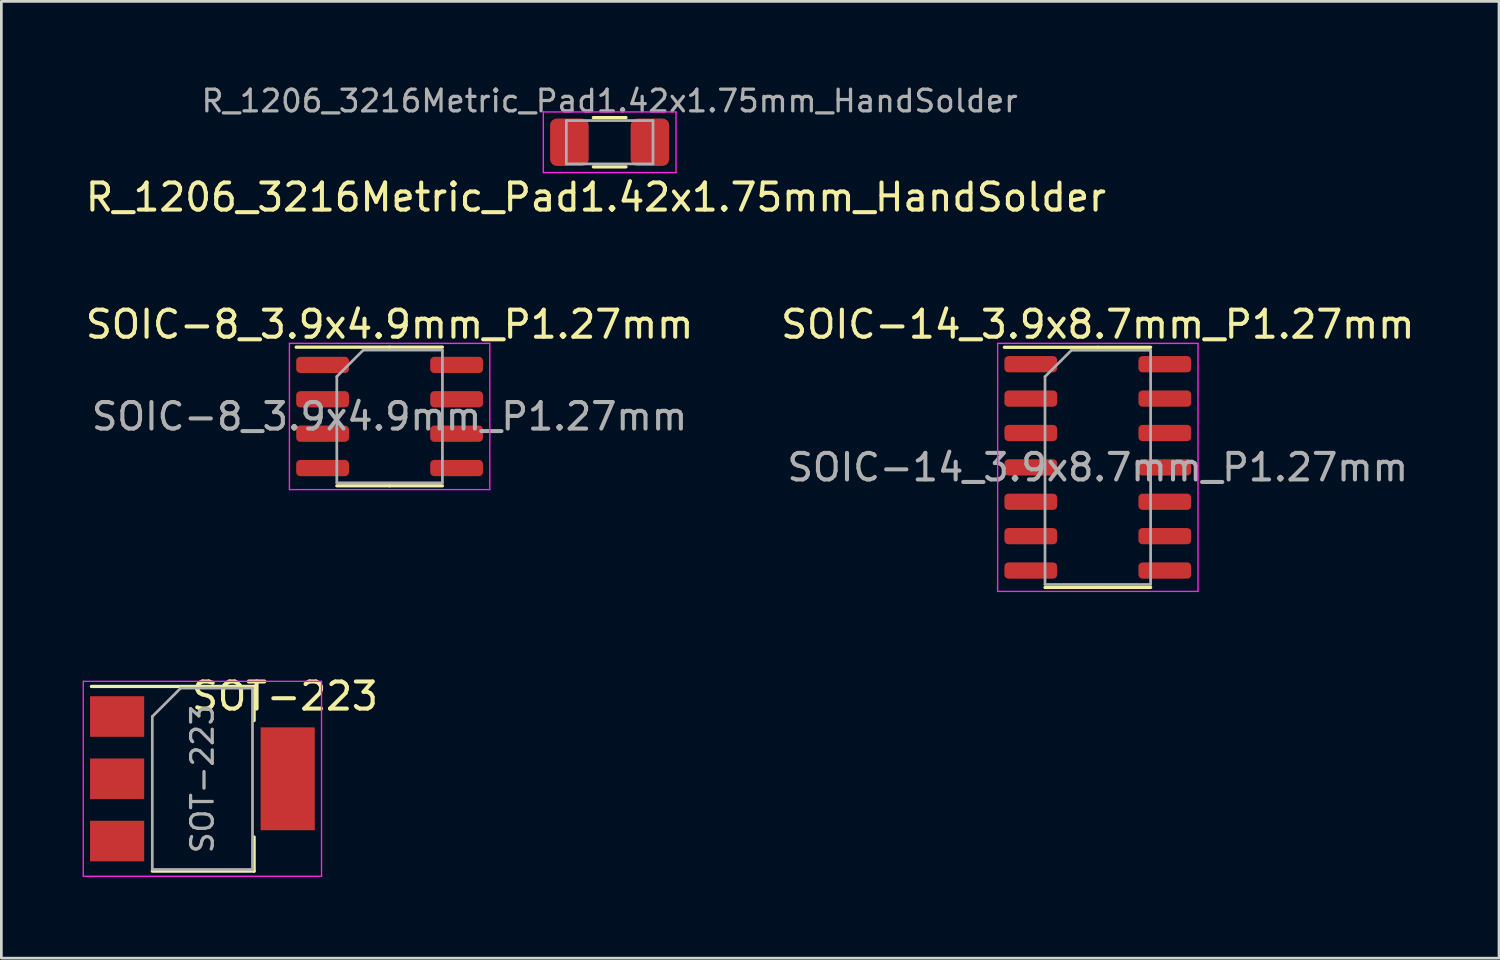
<source format=kicad_pcb>
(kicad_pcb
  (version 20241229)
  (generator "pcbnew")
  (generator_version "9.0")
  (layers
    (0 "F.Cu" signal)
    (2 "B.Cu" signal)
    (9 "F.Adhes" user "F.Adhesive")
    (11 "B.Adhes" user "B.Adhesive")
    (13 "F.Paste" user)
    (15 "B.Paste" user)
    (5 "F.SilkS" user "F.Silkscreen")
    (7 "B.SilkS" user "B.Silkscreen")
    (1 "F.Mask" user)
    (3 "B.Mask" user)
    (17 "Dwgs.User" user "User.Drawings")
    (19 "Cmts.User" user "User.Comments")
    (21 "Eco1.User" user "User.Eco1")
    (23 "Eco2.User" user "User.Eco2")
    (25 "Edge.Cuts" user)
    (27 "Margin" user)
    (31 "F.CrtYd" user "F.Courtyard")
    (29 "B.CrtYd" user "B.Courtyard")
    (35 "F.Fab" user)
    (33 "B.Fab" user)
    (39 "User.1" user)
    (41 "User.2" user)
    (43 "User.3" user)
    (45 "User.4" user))
  (footprint "R_1206_3216Metric_Pad1.42x1.75mm_HandSolder"
    (layer "F.Cu")
    (at 19.466 2.203)
    (property "Reference" "R_1206_3216Metric_Pad1.42x1.75mm_HandSolder" (at -0.508 2.032 180) (layer "F.SilkS") (effects (font (size 1 1) (thickness 0.15))))
    (attr smd)
    (fp_line (start -0.602 -0.91) (end 0.602 -0.91) (stroke (width 0.12) (type solid)) (layer "F.SilkS"))
    (fp_line (start -0.602 0.91) (end 0.602 0.91) (stroke (width 0.12) (type solid)) (layer "F.SilkS"))
    (fp_line (start -2.45 -1.12) (end 2.45 -1.12) (stroke (width 0.05) (type solid)) (layer "F.CrtYd"))
    (fp_line (start -2.45 1.12) (end -2.45 -1.12) (stroke (width 0.05) (type solid)) (layer "F.CrtYd"))
    (fp_line (start 2.45 -1.12) (end 2.45 1.12) (stroke (width 0.05) (type solid)) (layer "F.CrtYd"))
    (fp_line (start 2.45 1.12) (end -2.45 1.12) (stroke (width 0.05) (type solid)) (layer "F.CrtYd"))
    (fp_line (start -1.6 -0.8) (end 1.6 -0.8) (stroke (width 0.1) (type solid)) (layer "F.Fab"))
    (fp_line (start -1.6 0.8) (end -1.6 -0.8) (stroke (width 0.1) (type solid)) (layer "F.Fab"))
    (fp_line (start 1.6 -0.8) (end 1.6 0.8) (stroke (width 0.1) (type solid)) (layer "F.Fab"))
    (fp_line (start 1.6 0.8) (end -1.6 0.8) (stroke (width 0.1) (type solid)) (layer "F.Fab"))
    (fp_text user "${REFERENCE}" (at 0 -1.524 180) (layer "F.Fab") (effects (font (size 0.8 0.8) (thickness 0.12))))
    (pad "1" smd roundrect (at -1.488 0) (size 1.425 1.75) (layers "F.Cu" "F.Mask" "F.Paste") (roundrect_rratio 0.175))
    (pad "2" smd roundrect (at 1.488 0) (size 1.425 1.75) (layers "F.Cu" "F.Mask" "F.Paste") (roundrect_rratio 0.175)))
  (footprint "SOIC-8_3.9x4.9mm_P1.27mm"
    (layer "F.Cu")
    (at 11.339 12.331)
    (property "Reference" "SOIC-8_3.9x4.9mm_P1.27mm" (at 0 -3.4 0) (layer "F.SilkS") (effects (font (size 1 1) (thickness 0.15))))
    (attr smd)
    (fp_line (start 0 -2.56) (end -3.45 -2.56) (stroke (width 0.12) (type solid)) (layer "F.SilkS"))
    (fp_line (start 0 -2.56) (end 1.95 -2.56) (stroke (width 0.12) (type solid)) (layer "F.SilkS"))
    (fp_line (start 0 2.56) (end -1.95 2.56) (stroke (width 0.12) (type solid)) (layer "F.SilkS"))
    (fp_line (start 0 2.56) (end 1.95 2.56) (stroke (width 0.12) (type solid)) (layer "F.SilkS"))
    (fp_line (start -3.7 -2.7) (end -3.7 2.7) (stroke (width 0.05) (type solid)) (layer "F.CrtYd"))
    (fp_line (start -3.7 2.7) (end 3.7 2.7) (stroke (width 0.05) (type solid)) (layer "F.CrtYd"))
    (fp_line (start 3.7 -2.7) (end -3.7 -2.7) (stroke (width 0.05) (type solid)) (layer "F.CrtYd"))
    (fp_line (start 3.7 2.7) (end 3.7 -2.7) (stroke (width 0.05) (type solid)) (layer "F.CrtYd"))
    (fp_line (start -1.95 -1.475) (end -0.975 -2.45) (stroke (width 0.1) (type solid)) (layer "F.Fab"))
    (fp_line (start -1.95 2.45) (end -1.95 -1.475) (stroke (width 0.1) (type solid)) (layer "F.Fab"))
    (fp_line (start -0.975 -2.45) (end 1.95 -2.45) (stroke (width 0.1) (type solid)) (layer "F.Fab"))
    (fp_line (start 1.95 -2.45) (end 1.95 2.45) (stroke (width 0.1) (type solid)) (layer "F.Fab"))
    (fp_line (start 1.95 2.45) (end -1.95 2.45) (stroke (width 0.1) (type solid)) (layer "F.Fab"))
    (fp_text user "${REFERENCE}" (at 0 0 0) (layer "F.Fab") (effects (font (size 0.98 0.98) (thickness 0.15))))
    (pad "1" smd roundrect (at -2.475 -1.905) (size 1.95 0.6) (layers "F.Cu" "F.Mask" "F.Paste") (roundrect_rratio 0.25))
    (pad "2" smd roundrect (at -2.475 -0.635) (size 1.95 0.6) (layers "F.Cu" "F.Mask" "F.Paste") (roundrect_rratio 0.25))
    (pad "3" smd roundrect (at -2.475 0.635) (size 1.95 0.6) (layers "F.Cu" "F.Mask" "F.Paste") (roundrect_rratio 0.25))
    (pad "4" smd roundrect (at -2.475 1.905) (size 1.95 0.6) (layers "F.Cu" "F.Mask" "F.Paste") (roundrect_rratio 0.25))
    (pad "5" smd roundrect (at 2.475 1.905) (size 1.95 0.6) (layers "F.Cu" "F.Mask" "F.Paste") (roundrect_rratio 0.25))
    (pad "6" smd roundrect (at 2.475 0.635) (size 1.95 0.6) (layers "F.Cu" "F.Mask" "F.Paste") (roundrect_rratio 0.25))
    (pad "7" smd roundrect (at 2.475 -0.635) (size 1.95 0.6) (layers "F.Cu" "F.Mask" "F.Paste") (roundrect_rratio 0.25))
    (pad "8" smd roundrect (at 2.475 -1.905) (size 1.95 0.6) (layers "F.Cu" "F.Mask" "F.Paste") (roundrect_rratio 0.25)))
  (footprint "SOT-223"
    (layer "F.Cu")
    (at 4.425 25.712)
    (property "Reference" "SOT-223" (at 3.048 -3.048 0) (layer "F.SilkS") (effects (font (size 1 1) (thickness 0.15))))
    (attr smd)
    (fp_line (start -4.1 -3.41) (end 1.91 -3.41) (stroke (width 0.12) (type solid)) (layer "F.SilkS"))
    (fp_line (start -1.85 3.41) (end 1.91 3.41) (stroke (width 0.12) (type solid)) (layer "F.SilkS"))
    (fp_line (start 1.91 -3.41) (end 1.91 -2.15) (stroke (width 0.12) (type solid)) (layer "F.SilkS"))
    (fp_line (start 1.91 3.41) (end 1.91 2.15) (stroke (width 0.12) (type solid)) (layer "F.SilkS"))
    (fp_line (start -4.4 -3.6) (end -4.4 3.6) (stroke (width 0.05) (type solid)) (layer "F.CrtYd"))
    (fp_line (start -4.4 3.6) (end 4.4 3.6) (stroke (width 0.05) (type solid)) (layer "F.CrtYd"))
    (fp_line (start 4.4 -3.6) (end -4.4 -3.6) (stroke (width 0.05) (type solid)) (layer "F.CrtYd"))
    (fp_line (start 4.4 3.6) (end 4.4 -3.6) (stroke (width 0.05) (type solid)) (layer "F.CrtYd"))
    (fp_line (start -1.85 -2.3) (end -1.85 3.35) (stroke (width 0.1) (type solid)) (layer "F.Fab"))
    (fp_line (start -1.85 -2.3) (end -0.8 -3.35) (stroke (width 0.1) (type solid)) (layer "F.Fab"))
    (fp_line (start -1.85 3.35) (end 1.85 3.35) (stroke (width 0.1) (type solid)) (layer "F.Fab"))
    (fp_line (start -0.8 -3.35) (end 1.85 -3.35) (stroke (width 0.1) (type solid)) (layer "F.Fab"))
    (fp_line (start 1.85 -3.35) (end 1.85 3.35) (stroke (width 0.1) (type solid)) (layer "F.Fab"))
    (fp_text user "${REFERENCE}" (at 0 0 90) (layer "F.Fab") (effects (font (size 0.8 0.8) (thickness 0.12))))
    (pad "1" smd rect (at -3.15 -2.3) (size 2 1.5) (layers "F.Cu" "F.Mask" "F.Paste"))
    (pad "2" smd rect (at -3.15 0) (size 2 1.5) (layers "F.Cu" "F.Mask" "F.Paste"))
    (pad "3" smd rect (at -3.15 2.3) (size 2 1.5) (layers "F.Cu" "F.Mask" "F.Paste"))
    (pad "4" smd rect (at 3.15 0) (size 2 3.8) (layers "F.Cu" "F.Mask" "F.Paste")))
  (footprint "SOIC-14_3.9x8.7mm_P1.27mm"
    (layer "F.Cu")
    (at 37.494 14.211)
    (property "Reference" "SOIC-14_3.9x8.7mm_P1.27mm" (at 0 -5.28 0) (layer "F.SilkS") (effects (font (size 1 1) (thickness 0.15))))
    (attr smd)
    (fp_line (start 0 -4.435) (end -3.45 -4.435) (stroke (width 0.12) (type solid)) (layer "F.SilkS"))
    (fp_line (start 0 -4.435) (end 1.95 -4.435) (stroke (width 0.12) (type solid)) (layer "F.SilkS"))
    (fp_line (start 0 4.435) (end -1.95 4.435) (stroke (width 0.12) (type solid)) (layer "F.SilkS"))
    (fp_line (start 0 4.435) (end 1.95 4.435) (stroke (width 0.12) (type solid)) (layer "F.SilkS"))
    (fp_line (start -3.7 -4.58) (end -3.7 4.58) (stroke (width 0.05) (type solid)) (layer "F.CrtYd"))
    (fp_line (start -3.7 4.58) (end 3.7 4.58) (stroke (width 0.05) (type solid)) (layer "F.CrtYd"))
    (fp_line (start 3.7 -4.58) (end -3.7 -4.58) (stroke (width 0.05) (type solid)) (layer "F.CrtYd"))
    (fp_line (start 3.7 4.58) (end 3.7 -4.58) (stroke (width 0.05) (type solid)) (layer "F.CrtYd"))
    (fp_line (start -1.95 -3.35) (end -0.975 -4.325) (stroke (width 0.1) (type solid)) (layer "F.Fab"))
    (fp_line (start -1.95 4.325) (end -1.95 -3.35) (stroke (width 0.1) (type solid)) (layer "F.Fab"))
    (fp_line (start -0.975 -4.325) (end 1.95 -4.325) (stroke (width 0.1) (type solid)) (layer "F.Fab"))
    (fp_line (start 1.95 -4.325) (end 1.95 4.325) (stroke (width 0.1) (type solid)) (layer "F.Fab"))
    (fp_line (start 1.95 4.325) (end -1.95 4.325) (stroke (width 0.1) (type solid)) (layer "F.Fab"))
    (fp_text user "${REFERENCE}" (at 0 0 0) (layer "F.Fab") (effects (font (size 0.98 0.98) (thickness 0.15))))
    (pad "1" smd roundrect (at -2.475 -3.81) (size 1.95 0.6) (layers "F.Cu" "F.Mask" "F.Paste") (roundrect_rratio 0.25))
    (pad "2" smd roundrect (at -2.475 -2.54) (size 1.95 0.6) (layers "F.Cu" "F.Mask" "F.Paste") (roundrect_rratio 0.25))
    (pad "3" smd roundrect (at -2.475 -1.27) (size 1.95 0.6) (layers "F.Cu" "F.Mask" "F.Paste") (roundrect_rratio 0.25))
    (pad "4" smd roundrect (at -2.475 0) (size 1.95 0.6) (layers "F.Cu" "F.Mask" "F.Paste") (roundrect_rratio 0.25))
    (pad "5" smd roundrect (at -2.475 1.27) (size 1.95 0.6) (layers "F.Cu" "F.Mask" "F.Paste") (roundrect_rratio 0.25))
    (pad "6" smd roundrect (at -2.475 2.54) (size 1.95 0.6) (layers "F.Cu" "F.Mask" "F.Paste") (roundrect_rratio 0.25))
    (pad "7" smd roundrect (at -2.475 3.81) (size 1.95 0.6) (layers "F.Cu" "F.Mask" "F.Paste") (roundrect_rratio 0.25))
    (pad "8" smd roundrect (at 2.475 3.81) (size 1.95 0.6) (layers "F.Cu" "F.Mask" "F.Paste") (roundrect_rratio 0.25))
    (pad "9" smd roundrect (at 2.475 2.54) (size 1.95 0.6) (layers "F.Cu" "F.Mask" "F.Paste") (roundrect_rratio 0.25))
    (pad "10" smd roundrect (at 2.475 1.27) (size 1.95 0.6) (layers "F.Cu" "F.Mask" "F.Paste") (roundrect_rratio 0.25))
    (pad "11" smd roundrect (at 2.475 0) (size 1.95 0.6) (layers "F.Cu" "F.Mask" "F.Paste") (roundrect_rratio 0.25))
    (pad "12" smd roundrect (at 2.475 -1.27) (size 1.95 0.6) (layers "F.Cu" "F.Mask" "F.Paste") (roundrect_rratio 0.25))
    (pad "13" smd roundrect (at 2.475 -2.54) (size 1.95 0.6) (layers "F.Cu" "F.Mask" "F.Paste") (roundrect_rratio 0.25))
    (pad "14" smd roundrect (at 2.475 -3.81) (size 1.95 0.6) (layers "F.Cu" "F.Mask" "F.Paste") (roundrect_rratio 0.25)))
  (gr_rect
    (start -3 -3)
    (end 52.31 32.337)
    (stroke (width 0.1) (type default))
    (fill no)
    (layer "Edge.Cuts")))
</source>
